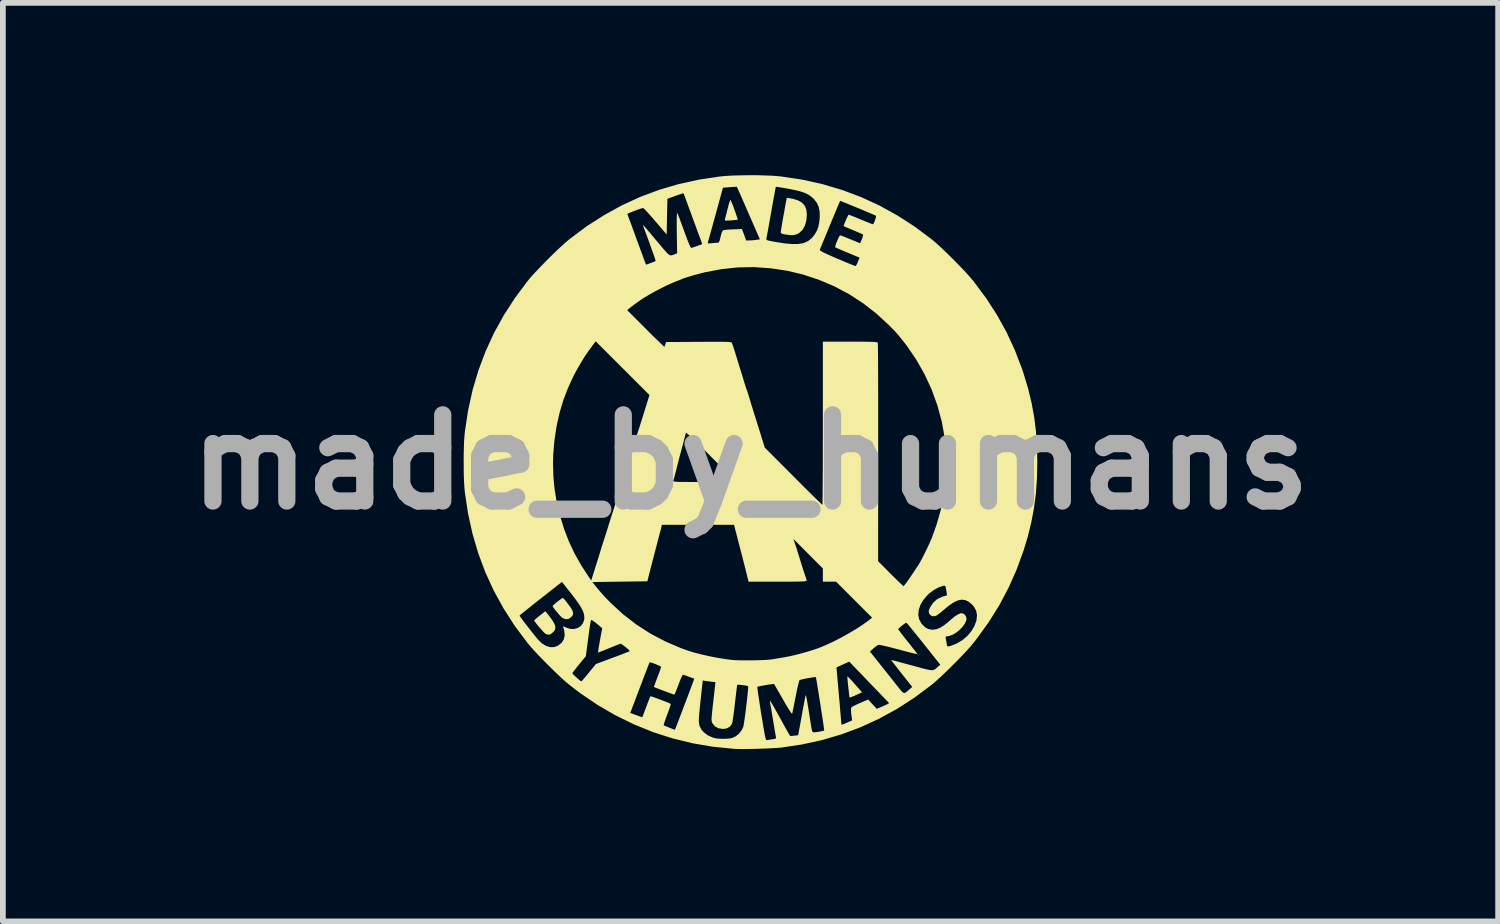
<source format=kicad_pcb>
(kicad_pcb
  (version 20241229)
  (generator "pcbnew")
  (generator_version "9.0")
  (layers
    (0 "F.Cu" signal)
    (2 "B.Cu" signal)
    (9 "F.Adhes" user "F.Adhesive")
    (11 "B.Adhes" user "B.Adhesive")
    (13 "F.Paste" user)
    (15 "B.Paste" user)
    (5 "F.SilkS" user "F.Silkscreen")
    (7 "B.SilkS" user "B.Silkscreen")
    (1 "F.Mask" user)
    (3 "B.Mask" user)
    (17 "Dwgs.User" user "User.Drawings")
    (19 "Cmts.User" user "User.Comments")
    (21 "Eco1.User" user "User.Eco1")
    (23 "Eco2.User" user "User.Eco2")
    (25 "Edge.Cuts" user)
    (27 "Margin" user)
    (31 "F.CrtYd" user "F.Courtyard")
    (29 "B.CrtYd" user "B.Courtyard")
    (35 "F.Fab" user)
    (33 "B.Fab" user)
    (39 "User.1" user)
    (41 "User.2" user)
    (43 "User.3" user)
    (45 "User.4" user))
  (footprint "made_by_humans"
    (layer "F.Cu")
    (at 10.014 4.993)
    (property "Reference" "made_by_humans" (at 0 0 0) (layer "F.Fab") (effects (font (size 1.5 1.5) (thickness 0.3))))
    (attr board_only exclude_from_pos_files exclude_from_bom)
    (fp_poly (pts (xy -3.507 2.676) (xy -3.453 2.749) (xy -3.417 2.808) (xy -3.399 2.855) (xy -3.397 2.895) (xy -3.41 2.931) (xy -3.437 2.964) (xy -3.481 2.998) (xy -3.523 3.006) (xy -3.565 2.991) (xy -3.578 2.981) (xy -3.598 2.962) (xy -3.627 2.931) (xy -3.662 2.892) (xy -3.697 2.851) (xy -3.729 2.812) (xy -3.753 2.78) (xy -3.765 2.761) (xy -3.766 2.758) (xy -3.757 2.748) (xy -3.732 2.725) (xy -3.695 2.694) (xy -3.668 2.673) (xy -3.571 2.596)) (stroke (width 0) (type solid)) (fill yes) (layer "F.SilkS"))
    (fp_poly (pts (xy 1.698 3.739) (xy 1.721 3.762) (xy 1.754 3.796) (xy 1.788 3.833) (xy 1.829 3.881) (xy 1.868 3.924) (xy 1.898 3.958) (xy 1.912 3.974) (xy 1.943 4.007) (xy 1.86 4.046) (xy 1.795 4.075) (xy 1.752 4.092) (xy 1.728 4.098) (xy 1.722 4.094) (xy 1.721 4.079) (xy 1.717 4.044) (xy 1.711 3.992) (xy 1.704 3.93) (xy 1.702 3.912) (xy 1.695 3.848) (xy 1.69 3.794) (xy 1.687 3.754) (xy 1.687 3.734) (xy 1.688 3.733)) (stroke (width 0) (type solid)) (fill yes) (layer "F.SilkS"))
    (fp_poly (pts (xy -0.346 -4.561) (xy -0.335 -4.536) (xy -0.318 -4.496) (xy -0.298 -4.445) (xy -0.278 -4.389) (xy -0.258 -4.334) (xy -0.241 -4.284) (xy -0.228 -4.246) (xy -0.223 -4.224) (xy -0.223 -4.22) (xy -0.238 -4.217) (xy -0.273 -4.212) (xy -0.32 -4.208) (xy -0.341 -4.206) (xy -0.395 -4.204) (xy -0.427 -4.203) (xy -0.443 -4.207) (xy -0.447 -4.214) (xy -0.445 -4.224) (xy -0.44 -4.245) (xy -0.429 -4.286) (xy -0.415 -4.34) (xy -0.4 -4.403) (xy -0.397 -4.414) (xy -0.38 -4.479) (xy -0.365 -4.527) (xy -0.354 -4.556) (xy -0.347 -4.562)) (stroke (width 0) (type solid)) (fill yes) (layer "F.SilkS"))
    (fp_poly (pts (xy -3.254 2.375) (xy -3.23 2.401) (xy -3.201 2.438) (xy -3.169 2.48) (xy -3.138 2.522) (xy -3.114 2.559) (xy -3.099 2.586) (xy -3.099 2.588) (xy -3.087 2.63) (xy -3.091 2.661) (xy -3.115 2.693) (xy -3.123 2.7) (xy -3.168 2.731) (xy -3.217 2.736) (xy -3.267 2.718) (xy -3.287 2.702) (xy -3.316 2.673) (xy -3.349 2.635) (xy -3.384 2.594) (xy -3.414 2.556) (xy -3.436 2.525) (xy -3.445 2.507) (xy -3.445 2.507) (xy -3.436 2.495) (xy -3.411 2.473) (xy -3.377 2.444) (xy -3.34 2.415) (xy -3.306 2.389) (xy -3.279 2.371) (xy -3.267 2.365)) (stroke (width 0) (type solid)) (fill yes) (layer "F.SilkS"))
    (fp_poly (pts (xy 0.681 -4.593) (xy 0.725 -4.584) (xy 0.734 -4.583) (xy 0.825 -4.556) (xy 0.894 -4.517) (xy 0.942 -4.465) (xy 0.971 -4.398) (xy 0.981 -4.314) (xy 0.981 -4.308) (xy 0.972 -4.203) (xy 0.947 -4.114) (xy 0.906 -4.042) (xy 0.85 -3.989) (xy 0.817 -3.97) (xy 0.775 -3.956) (xy 0.731 -3.949) (xy 0.676 -3.952) (xy 0.604 -3.962) (xy 0.601 -3.962) (xy 0.558 -3.971) (xy 0.535 -3.982) (xy 0.527 -3.995) (xy 0.527 -3.998) (xy 0.529 -4.018) (xy 0.535 -4.058) (xy 0.544 -4.113) (xy 0.555 -4.179) (xy 0.568 -4.252) (xy 0.582 -4.328) (xy 0.595 -4.402) (xy 0.607 -4.47) (xy 0.618 -4.527) (xy 0.627 -4.57) (xy 0.632 -4.594) (xy 0.634 -4.597) (xy 0.648 -4.597)) (stroke (width 0) (type solid)) (fill yes) (layer "F.SilkS"))
    (fp_poly (pts (xy 0.112 -4.993) (xy 0.252 -4.989) (xy 0.382 -4.984) (xy 0.495 -4.975) (xy 0.54 -4.97) (xy 0.904 -4.915) (xy 1.256 -4.837) (xy 1.596 -4.736) (xy 1.926 -4.612) (xy 2.246 -4.465) (xy 2.557 -4.293) (xy 2.859 -4.098) (xy 3.144 -3.885) (xy 3.211 -3.83) (xy 3.29 -3.759) (xy 3.378 -3.676) (xy 3.472 -3.585) (xy 3.566 -3.491) (xy 3.658 -3.397) (xy 3.742 -3.308) (xy 3.816 -3.226) (xy 3.875 -3.157) (xy 3.885 -3.144) (xy 4.1 -2.856) (xy 4.291 -2.561) (xy 4.459 -2.257) (xy 4.604 -1.943) (xy 4.729 -1.616) (xy 4.754 -1.54) (xy 4.832 -1.282) (xy 4.893 -1.031) (xy 4.939 -0.781) (xy 4.97 -0.526) (xy 4.987 -0.259) (xy 4.993 -0.000001) (xy 4.987 0.282) (xy 4.968 0.547) (xy 4.935 0.801) (xy 4.888 1.051) (xy 4.826 1.303) (xy 4.754 1.54) (xy 4.634 1.87) (xy 4.493 2.187) (xy 4.331 2.493) (xy 4.146 2.789) (xy 3.936 3.079) (xy 3.885 3.144) (xy 3.83 3.211) (xy 3.759 3.29) (xy 3.676 3.378) (xy 3.585 3.472) (xy 3.491 3.566) (xy 3.397 3.658) (xy 3.308 3.742) (xy 3.226 3.816) (xy 3.157 3.875) (xy 3.144 3.885) (xy 2.849 4.105) (xy 2.547 4.299) (xy 2.235 4.47) (xy 1.915 4.617) (xy 1.585 4.74) (xy 1.245 4.84) (xy 0.893 4.917) (xy 0.546 4.969) (xy 0.482 4.975) (xy 0.397 4.98) (xy 0.299 4.985) (xy 0.192 4.989) (xy 0.082 4.993) (xy -0.025 4.995) (xy -0.125 4.996) (xy -0.211 4.995) (xy -0.278 4.993) (xy -0.289 4.992) (xy -0.653 4.956) (xy -1.01 4.895) (xy -1.357 4.81) (xy -1.697 4.701) (xy -2.027 4.567) (xy -2.348 4.41) (xy -2.421 4.368) (xy -2.093 4.368) (xy -1.988 4.406) (xy -1.883 4.444) (xy -1.816 4.264) (xy -1.792 4.2) (xy -1.771 4.146) (xy -1.754 4.105) (xy -1.744 4.081) (xy -1.742 4.078) (xy -1.728 4.08) (xy -1.692 4.091) (xy -1.636 4.111) (xy -1.561 4.139) (xy -1.469 4.175) (xy -1.411 4.197) (xy -1.392 4.211) (xy -1.388 4.221) (xy -1.393 4.237) (xy -1.405 4.273) (xy -1.423 4.324) (xy -1.445 4.384) (xy -1.455 4.408) (xy -1.477 4.47) (xy -1.495 4.522) (xy -1.507 4.561) (xy -1.51 4.583) (xy -1.509 4.586) (xy -1.492 4.592) (xy -1.458 4.606) (xy -1.414 4.623) (xy -1.408 4.626) (xy -1.364 4.643) (xy -1.332 4.655) (xy -1.316 4.66) (xy -1.315 4.66) (xy -1.31 4.648) (xy -1.297 4.615) (xy -1.277 4.563) (xy -1.251 4.495) (xy -1.251 4.495) (xy -0.899 4.495) (xy -0.898 4.529) (xy -0.894 4.556) (xy -0.889 4.582) (xy -0.886 4.593) (xy -0.857 4.654) (xy -0.806 4.71) (xy -0.74 4.759) (xy -0.662 4.794) (xy -0.62 4.806) (xy -0.563 4.815) (xy -0.493 4.818) (xy -0.42 4.817) (xy -0.355 4.811) (xy -0.325 4.805) (xy -0.262 4.778) (xy -0.204 4.732) (xy -0.156 4.673) (xy -0.125 4.609) (xy -0.125 4.607) (xy -0.119 4.579) (xy -0.111 4.532) (xy -0.102 4.47) (xy -0.092 4.397) (xy -0.082 4.317) (xy -0.072 4.234) (xy -0.062 4.152) (xy -0.054 4.076) (xy -0.047 4.008) (xy -0.042 3.954) (xy -0.04 3.917) (xy -0.041 3.913) (xy 0.119 3.913) (xy 0.119 3.927) (xy 0.124 3.963) (xy 0.131 4.019) (xy 0.142 4.092) (xy 0.155 4.178) (xy 0.17 4.276) (xy 0.187 4.382) (xy 0.187 4.384) (xy 0.207 4.504) (xy 0.223 4.602) (xy 0.236 4.679) (xy 0.247 4.738) (xy 0.256 4.781) (xy 0.263 4.81) (xy 0.27 4.829) (xy 0.276 4.838) (xy 0.282 4.842) (xy 0.289 4.841) (xy 0.317 4.836) (xy 0.358 4.829) (xy 0.382 4.826) (xy 0.421 4.82) (xy 0.44 4.812) (xy 0.445 4.8) (xy 0.443 4.79) (xy 0.44 4.769) (xy 0.432 4.728) (xy 0.422 4.669) (xy 0.41 4.597) (xy 0.397 4.517) (xy 0.392 4.486) (xy 0.378 4.403) (xy 0.366 4.327) (xy 0.355 4.262) (xy 0.346 4.212) (xy 0.341 4.183) (xy 0.34 4.178) (xy 0.337 4.162) (xy 0.339 4.156) (xy 0.346 4.162) (xy 0.359 4.182) (xy 0.38 4.216) (xy 0.41 4.268) (xy 0.449 4.338) (xy 0.5 4.429) (xy 0.521 4.467) (xy 0.564 4.546) (xy 0.604 4.618) (xy 0.638 4.679) (xy 0.665 4.726) (xy 0.682 4.756) (xy 0.688 4.767) (xy 0.703 4.768) (xy 0.734 4.766) (xy 0.762 4.763) (xy 0.83 4.755) (xy 0.892 4.418) (xy 0.908 4.327) (xy 0.924 4.245) (xy 0.937 4.173) (xy 0.948 4.116) (xy 0.956 4.078) (xy 0.96 4.062) (xy 0.963 4.06) (xy 0.967 4.069) (xy 0.972 4.089) (xy 0.979 4.124) (xy 0.988 4.174) (xy 0.999 4.242) (xy 1.014 4.33) (xy 1.031 4.44) (xy 1.049 4.554) (xy 1.059 4.618) (xy 1.067 4.66) (xy 1.075 4.686) (xy 1.083 4.699) (xy 1.094 4.704) (xy 1.107 4.705) (xy 1.137 4.702) (xy 1.178 4.697) (xy 1.221 4.689) (xy 1.258 4.681) (xy 1.28 4.674) (xy 1.283 4.673) (xy 1.282 4.66) (xy 1.277 4.625) (xy 1.27 4.571) (xy 1.26 4.503) (xy 1.248 4.423) (xy 1.234 4.334) (xy 1.22 4.242) (xy 1.205 4.147) (xy 1.191 4.056) (xy 1.177 3.97) (xy 1.164 3.893) (xy 1.154 3.828) (xy 1.145 3.78) (xy 1.14 3.751) (xy 1.138 3.744) (xy 1.124 3.744) (xy 1.092 3.747) (xy 1.047 3.754) (xy 0.995 3.763) (xy 0.944 3.773) (xy 0.899 3.783) (xy 0.867 3.791) (xy 0.853 3.797) (xy 0.847 3.813) (xy 0.837 3.851) (xy 0.823 3.906) (xy 0.808 3.975) (xy 0.792 4.054) (xy 0.785 4.088) (xy 0.769 4.17) (xy 0.754 4.243) (xy 0.742 4.306) (xy 0.732 4.352) (xy 0.726 4.378) (xy 0.725 4.383) (xy 0.717 4.377) (xy 0.699 4.352) (xy 0.671 4.31) (xy 0.635 4.252) (xy 0.594 4.183) (xy 0.567 4.135) (xy 0.524 4.06) (xy 0.486 3.993) (xy 0.453 3.937) (xy 0.429 3.895) (xy 0.414 3.869) (xy 0.41 3.864) (xy 0.396 3.864) (xy 0.363 3.868) (xy 0.317 3.874) (xy 0.265 3.883) (xy 0.213 3.892) (xy 0.167 3.901) (xy 0.134 3.908) (xy 0.119 3.913) (xy 0.119 3.913) (xy -0.041 3.913) (xy -0.041 3.901) (xy -0.041 3.901) (xy -0.056 3.896) (xy -0.089 3.89) (xy -0.13 3.884) (xy -0.173 3.879) (xy -0.208 3.876) (xy -0.228 3.876) (xy -0.23 3.877) (xy -0.233 3.891) (xy -0.238 3.926) (xy -0.245 3.981) (xy -0.253 4.05) (xy -0.263 4.131) (xy -0.271 4.202) (xy -0.281 4.292) (xy -0.292 4.375) (xy -0.302 4.447) (xy -0.311 4.505) (xy -0.319 4.544) (xy -0.323 4.558) (xy -0.361 4.608) (xy -0.413 4.637) (xy -0.481 4.646) (xy -0.555 4.635) (xy -0.615 4.604) (xy -0.658 4.554) (xy -0.661 4.549) (xy -0.668 4.535) (xy -0.673 4.521) (xy -0.677 4.503) (xy -0.678 4.479) (xy -0.676 4.445) (xy -0.672 4.398) (xy -0.666 4.335) (xy -0.657 4.252) (xy -0.647 4.168) (xy -0.61 3.832) (xy -0.674 3.824) (xy -0.723 3.818) (xy -0.77 3.812) (xy -0.785 3.81) (xy -0.831 3.803) (xy -0.866 4.122) (xy -0.878 4.235) (xy -0.887 4.325) (xy -0.893 4.396) (xy -0.897 4.452) (xy -0.899 4.495) (xy -1.251 4.495) (xy -1.22 4.414) (xy -1.185 4.322) (xy -1.147 4.221) (xy -1.145 4.217) (xy -1.107 4.116) (xy -1.072 4.024) (xy -1.041 3.942) (xy -1.016 3.873) (xy -0.996 3.82) (xy -0.984 3.786) (xy -0.98 3.772) (xy -0.98 3.772) (xy -0.996 3.765) (xy -1.028 3.753) (xy -1.069 3.738) (xy -1.112 3.723) (xy -1.149 3.71) (xy -1.172 3.703) (xy -1.176 3.702) (xy -1.185 3.714) (xy -1.201 3.745) (xy -1.221 3.792) (xy -1.244 3.85) (xy -1.253 3.876) (xy -1.277 3.937) (xy -1.297 3.989) (xy -1.314 4.027) (xy -1.324 4.047) (xy -1.326 4.049) (xy -1.34 4.045) (xy -1.373 4.033) (xy -1.419 4.016) (xy -1.473 3.996) (xy -1.53 3.975) (xy -1.584 3.954) (xy -1.631 3.936) (xy -1.664 3.923) (xy -1.68 3.916) (xy -1.68 3.916) (xy -1.677 3.903) (xy -1.666 3.871) (xy -1.649 3.824) (xy -1.627 3.766) (xy -1.62 3.746) (xy -1.596 3.685) (xy -1.577 3.632) (xy -1.563 3.592) (xy -1.558 3.575) (xy 1.497 3.575) (xy 1.538 4.047) (xy 1.548 4.155) (xy 1.557 4.257) (xy 1.564 4.348) (xy 1.571 4.426) (xy 1.576 4.487) (xy 1.579 4.529) (xy 1.581 4.549) (xy 1.581 4.549) (xy 1.586 4.571) (xy 1.597 4.572) (xy 1.617 4.564) (xy 1.652 4.549) (xy 1.691 4.532) (xy 1.769 4.498) (xy 1.76 4.431) (xy 1.754 4.381) (xy 1.75 4.332) (xy 1.749 4.315) (xy 1.75 4.292) (xy 1.755 4.275) (xy 1.77 4.26) (xy 1.799 4.244) (xy 1.846 4.222) (xy 1.848 4.221) (xy 1.901 4.197) (xy 1.953 4.174) (xy 1.992 4.157) (xy 1.998 4.155) (xy 2.049 4.134) (xy 2.123 4.215) (xy 2.198 4.296) (xy 2.265 4.268) (xy 2.312 4.248) (xy 2.355 4.228) (xy 2.374 4.219) (xy 2.414 4.197) (xy 2.066 3.835) (xy 1.719 3.474) (xy 1.608 3.524) (xy 1.497 3.575) (xy -1.558 3.575) (xy -1.556 3.569) (xy -1.556 3.567) (xy -1.566 3.557) (xy -1.595 3.543) (xy -1.634 3.525) (xy -1.676 3.508) (xy -1.716 3.495) (xy -1.744 3.487) (xy -1.755 3.487) (xy -1.761 3.499) (xy -1.775 3.533) (xy -1.795 3.585) (xy -1.821 3.652) (xy -1.852 3.732) (xy -1.885 3.82) (xy -1.897 3.851) (xy -1.933 3.946) (xy -1.968 4.037) (xy -1.999 4.12) (xy -2.026 4.192) (xy -2.048 4.248) (xy -2.061 4.284) (xy -2.063 4.289) (xy -2.093 4.368) (xy -2.421 4.368) (xy -2.66 4.229) (xy -2.963 4.024) (xy -3.144 3.885) (xy -3.211 3.83) (xy -3.29 3.759) (xy -3.378 3.676) (xy -3.379 3.675) (xy -3.101 3.675) (xy -3.093 3.688) (xy -3.071 3.711) (xy -3.04 3.74) (xy -3.006 3.771) (xy -2.975 3.797) (xy -2.951 3.814) (xy -2.943 3.817) (xy -2.933 3.808) (xy -2.91 3.782) (xy -2.877 3.743) (xy -2.836 3.694) (xy -2.814 3.667) (xy -2.691 3.516) (xy -2.399 3.407) (xy -2.317 3.377) (xy -2.244 3.349) (xy -2.183 3.325) (xy -2.137 3.307) (xy -2.109 3.295) (xy -2.102 3.291) (xy -2.109 3.28) (xy -2.13 3.258) (xy -2.161 3.231) (xy -2.196 3.204) (xy -2.228 3.18) (xy -2.252 3.165) (xy -2.26 3.162) (xy -2.275 3.167) (xy -2.31 3.18) (xy -2.361 3.2) (xy -2.421 3.224) (xy -2.461 3.241) (xy -2.525 3.267) (xy -2.58 3.289) (xy -2.623 3.305) (xy -2.648 3.314) (xy -2.654 3.315) (xy -2.653 3.301) (xy -2.648 3.267) (xy -2.64 3.215) (xy -2.629 3.152) (xy -2.62 3.101) (xy -2.581 2.893) (xy -2.623 2.857) (xy -2.68 2.81) (xy -2.72 2.778) (xy -2.747 2.759) (xy -2.764 2.751) (xy -2.774 2.752) (xy -2.779 2.761) (xy -2.783 2.779) (xy -2.79 2.82) (xy -2.799 2.878) (xy -2.809 2.95) (xy -2.82 3.031) (xy -2.827 3.082) (xy -2.866 3.38) (xy -2.982 3.521) (xy -3.024 3.573) (xy -3.059 3.618) (xy -3.086 3.652) (xy -3.099 3.672) (xy -3.101 3.675) (xy -3.379 3.675) (xy -3.472 3.585) (xy -3.566 3.491) (xy -3.658 3.397) (xy -3.742 3.308) (xy -3.816 3.226) (xy -3.875 3.157) (xy -3.885 3.144) (xy -4.105 2.85) (xy -4.219 2.672) (xy -4.02 2.672) (xy -4.014 2.684) (xy -3.994 2.713) (xy -3.963 2.755) (xy -3.924 2.806) (xy -3.879 2.864) (xy -3.831 2.925) (xy -3.783 2.986) (xy -3.738 3.043) (xy -3.7 3.089) (xy -3.632 3.155) (xy -3.561 3.2) (xy -3.488 3.222) (xy -3.416 3.221) (xy -3.348 3.195) (xy -3.348 3.194) (xy -3.287 3.146) (xy -3.249 3.086) (xy -3.234 3.016) (xy -3.242 2.934) (xy -3.261 2.871) (xy -3.261 2.861) (xy -3.246 2.864) (xy -3.213 2.88) (xy -3.213 2.88) (xy -3.142 2.904) (xy -3.074 2.907) (xy -3.011 2.89) (xy -2.957 2.857) (xy -2.917 2.808) (xy -2.895 2.746) (xy -2.892 2.709) (xy -2.895 2.668) (xy -2.905 2.625) (xy -2.924 2.578) (xy -2.953 2.524) (xy -2.993 2.462) (xy -3.047 2.387) (xy -3.115 2.297) (xy -3.155 2.247) (xy -3.28 2.089) (xy -2.752 2.089) (xy -2.665 2.198) (xy -2.623 2.248) (xy -2.569 2.31) (xy -2.508 2.375) (xy -2.449 2.436) (xy -2.436 2.449) (xy -2.219 2.649) (xy -1.989 2.827) (xy -1.744 2.985) (xy -1.484 3.122) (xy -1.209 3.24) (xy -1.086 3.284) (xy -0.981 3.316) (xy -0.857 3.348) (xy -0.722 3.379) (xy -0.582 3.406) (xy -0.445 3.429) (xy -0.318 3.445) (xy -0.315 3.445) (xy -0.264 3.449) (xy -0.195 3.451) (xy -0.113 3.452) (xy -0.024 3.452) (xy 0.068 3.451) (xy 0.157 3.449) (xy 0.239 3.446) (xy 0.308 3.442) (xy 0.359 3.437) (xy 0.379 3.434) (xy 0.42 3.427) (xy 0.477 3.417) (xy 0.541 3.406) (xy 0.578 3.401) (xy 0.666 3.384) (xy 0.769 3.361) (xy 0.882 3.332) (xy 0.995 3.3) (xy 1.001 3.298) (xy 2.079 3.298) (xy 2.258 3.523) (xy 2.319 3.599) (xy 2.383 3.68) (xy 2.446 3.759) (xy 2.502 3.83) (xy 2.547 3.887) (xy 2.55 3.891) (xy 2.597 3.949) (xy 2.63 3.99) (xy 2.656 4.013) (xy 2.677 4.02) (xy 2.699 4.014) (xy 2.724 3.995) (xy 2.758 3.965) (xy 2.761 3.963) (xy 2.816 3.914) (xy 2.629 3.68) (xy 2.577 3.613) (xy 2.531 3.554) (xy 2.493 3.505) (xy 2.466 3.469) (xy 2.451 3.449) (xy 2.449 3.445) (xy 2.463 3.448) (xy 2.498 3.457) (xy 2.552 3.471) (xy 2.621 3.49) (xy 2.702 3.512) (xy 2.792 3.536) (xy 2.812 3.541) (xy 2.916 3.569) (xy 2.998 3.592) (xy 3.062 3.608) (xy 3.111 3.618) (xy 3.147 3.623) (xy 3.175 3.622) (xy 3.196 3.616) (xy 3.216 3.605) (xy 3.235 3.589) (xy 3.259 3.568) (xy 3.262 3.565) (xy 3.304 3.528) (xy 3.013 3.162) (xy 2.946 3.078) (xy 2.884 3.001) (xy 2.829 2.933) (xy 2.783 2.877) (xy 2.747 2.833) (xy 2.723 2.806) (xy 2.714 2.796) (xy 2.699 2.803) (xy 2.671 2.822) (xy 2.638 2.847) (xy 2.606 2.874) (xy 2.582 2.896) (xy 2.571 2.908) (xy 2.571 2.909) (xy 2.579 2.921) (xy 2.6 2.951) (xy 2.633 2.994) (xy 2.675 3.048) (xy 2.723 3.109) (xy 2.738 3.127) (xy 2.788 3.19) (xy 2.832 3.246) (xy 2.868 3.292) (xy 2.893 3.325) (xy 2.904 3.342) (xy 2.905 3.343) (xy 2.893 3.342) (xy 2.86 3.335) (xy 2.808 3.323) (xy 2.741 3.306) (xy 2.663 3.285) (xy 2.58 3.263) (xy 2.492 3.24) (xy 2.411 3.219) (xy 2.34 3.202) (xy 2.284 3.19) (xy 2.246 3.183) (xy 2.23 3.181) (xy 2.207 3.193) (xy 2.174 3.217) (xy 2.142 3.243) (xy 2.079 3.298) (xy 1.001 3.298) (xy 1.102 3.267) (xy 1.183 3.239) (xy 1.303 3.19) (xy 1.436 3.129) (xy 1.575 3.058) (xy 1.713 2.981) (xy 1.846 2.902) (xy 1.966 2.823) (xy 2.069 2.748) (xy 2.076 2.741) (xy 2.117 2.709) (xy 2.067 2.659) (xy 2.921 2.659) (xy 2.936 2.737) (xy 2.974 2.809) (xy 2.992 2.829) (xy 3.041 2.877) (xy 3.09 2.905) (xy 3.146 2.917) (xy 3.178 2.918) (xy 3.237 2.91) (xy 3.3 2.885) (xy 3.37 2.842) (xy 3.449 2.779) (xy 3.481 2.75) (xy 3.548 2.693) (xy 3.608 2.654) (xy 3.657 2.633) (xy 3.691 2.632) (xy 3.727 2.653) (xy 3.752 2.69) (xy 3.761 2.733) (xy 3.759 2.744) (xy 3.737 2.803) (xy 3.695 2.864) (xy 3.64 2.922) (xy 3.577 2.972) (xy 3.511 3.01) (xy 3.447 3.031) (xy 3.418 3.034) (xy 3.398 3.039) (xy 3.397 3.058) (xy 3.398 3.063) (xy 3.404 3.093) (xy 3.411 3.135) (xy 3.413 3.153) (xy 3.42 3.19) (xy 3.428 3.207) (xy 3.443 3.21) (xy 3.463 3.207) (xy 3.494 3.197) (xy 3.539 3.18) (xy 3.589 3.159) (xy 3.597 3.155) (xy 3.689 3.1) (xy 3.773 3.029) (xy 3.845 2.945) (xy 3.899 2.853) (xy 3.933 2.76) (xy 3.935 2.751) (xy 3.943 2.664) (xy 3.928 2.587) (xy 3.889 2.516) (xy 3.856 2.48) (xy 3.799 2.432) (xy 3.74 2.403) (xy 3.679 2.395) (xy 3.612 2.408) (xy 3.539 2.442) (xy 3.456 2.497) (xy 3.367 2.571) (xy 3.318 2.612) (xy 3.274 2.647) (xy 3.239 2.671) (xy 3.219 2.681) (xy 3.169 2.684) (xy 3.131 2.665) (xy 3.111 2.635) (xy 3.103 2.611) (xy 3.104 2.587) (xy 3.115 2.556) (xy 3.129 2.526) (xy 3.182 2.447) (xy 3.251 2.386) (xy 3.334 2.346) (xy 3.346 2.342) (xy 3.421 2.32) (xy 3.413 2.262) (xy 3.404 2.208) (xy 3.397 2.174) (xy 3.388 2.157) (xy 3.375 2.152) (xy 3.357 2.154) (xy 3.274 2.183) (xy 3.189 2.229) (xy 3.109 2.289) (xy 3.08 2.317) (xy 3.008 2.402) (xy 2.957 2.488) (xy 2.928 2.575) (xy 2.921 2.659) (xy 2.067 2.659) (xy 1.803 2.396) (xy 1.49 2.082) (xy 1.375 2.082) (xy 1.26 2.082) (xy 1.26 1.968) (xy 1.26 1.853) (xy 1.004 1.596) (xy 0.748 1.339) (xy 0.784 1.45) (xy 0.803 1.507) (xy 0.825 1.578) (xy 0.85 1.657) (xy 0.873 1.732) (xy 0.874 1.735) (xy 0.896 1.805) (xy 0.917 1.873) (xy 0.936 1.931) (xy 0.95 1.973) (xy 0.952 1.977) (xy 0.966 2.018) (xy 0.975 2.051) (xy 0.977 2.064) (xy 0.974 2.069) (xy 0.962 2.073) (xy 0.941 2.076) (xy 0.907 2.078) (xy 0.858 2.08) (xy 0.792 2.081) (xy 0.708 2.082) (xy 0.602 2.082) (xy 0.473 2.082) (xy 0.471 2.082) (xy -0.034 2.082) (xy -0.068 1.944) (xy -0.086 1.87) (xy -0.108 1.784) (xy -0.129 1.7) (xy -0.14 1.658) (xy -0.16 1.582) (xy -0.181 1.5) (xy -0.203 1.416) (xy -0.224 1.335) (xy -0.243 1.26) (xy -0.26 1.197) (xy -0.272 1.15) (xy -0.279 1.123) (xy -0.279 1.122) (xy -0.286 1.093) (xy -0.914 1.093) (xy -1.542 1.093) (xy -1.55 1.128) (xy -1.559 1.166) (xy -1.57 1.208) (xy -1.571 1.208) (xy -1.579 1.238) (xy -1.591 1.286) (xy -1.607 1.346) (xy -1.624 1.412) (xy -1.626 1.42) (xy -1.647 1.501) (xy -1.671 1.594) (xy -1.696 1.689) (xy -1.716 1.767) (xy -1.735 1.838) (xy -1.752 1.906) (xy -1.767 1.964) (xy -1.778 2.005) (xy -1.779 2.012) (xy -1.795 2.076) (xy -2.273 2.082) (xy -2.752 2.089) (xy -3.28 2.089) (xy -3.282 2.086) (xy -3.649 2.375) (xy -3.734 2.441) (xy -3.811 2.503) (xy -3.88 2.558) (xy -3.937 2.604) (xy -3.981 2.639) (xy -4.01 2.663) (xy -4.02 2.672) (xy -4.219 2.672) (xy -4.299 2.547) (xy -4.47 2.236) (xy -4.617 1.916) (xy -4.74 1.585) (xy -4.84 1.244) (xy -4.917 0.892) (xy -4.97 0.54) (xy -4.979 0.455) (xy -4.985 0.362) (xy -4.99 0.255) (xy -4.992 0.131) (xy -4.992 0.019) (xy -3.437 0.019) (xy -3.431 0.249) (xy -3.411 0.465) (xy -3.377 0.678) (xy -3.326 0.897) (xy -3.317 0.931) (xy -3.245 1.164) (xy -3.161 1.383) (xy -3.062 1.593) (xy -2.945 1.8) (xy -2.816 1.998) (xy -2.772 2.061) (xy -2.724 1.908) (xy -2.701 1.833) (xy -2.673 1.745) (xy -2.645 1.655) (xy -2.622 1.581) (xy -2.6 1.509) (xy -2.577 1.436) (xy -2.556 1.371) (xy -2.54 1.322) (xy -2.539 1.318) (xy -2.523 1.268) (xy -2.502 1.203) (xy -2.48 1.132) (xy -2.462 1.073) (xy -2.44 1.003) (xy -2.418 0.932) (xy -2.397 0.869) (xy -2.384 0.829) (xy -2.37 0.786) (xy -2.351 0.725) (xy -2.328 0.652) (xy -2.304 0.573) (xy -2.288 0.521) (xy -2.266 0.448) (xy -2.246 0.383) (xy -2.229 0.331) (xy -1.345 0.331) (xy -1.341 0.335) (xy -1.33 0.339) (xy -1.31 0.342) (xy -1.277 0.344) (xy -1.23 0.346) (xy -1.166 0.346) (xy -1.082 0.347) (xy -0.976 0.347) (xy -0.916 0.347) (xy -0.479 0.347) (xy -0.495 0.28) (xy -0.508 0.23) (xy -0.523 0.171) (xy -0.535 0.123) (xy -0.559 0.034) (xy -0.839 -0.246) (xy -0.908 -0.315) (xy -0.972 -0.377) (xy -1.027 -0.429) (xy -1.072 -0.47) (xy -1.104 -0.498) (xy -1.121 -0.511) (xy -1.124 -0.511) (xy -1.129 -0.492) (xy -1.138 -0.455) (xy -1.152 -0.404) (xy -1.163 -0.36) (xy -1.183 -0.284) (xy -1.206 -0.198) (xy -1.228 -0.117) (xy -1.235 -0.09) (xy -1.254 -0.015) (xy -1.276 0.068) (xy -1.296 0.146) (xy -1.303 0.174) (xy -1.317 0.23) (xy -1.33 0.279) (xy -1.34 0.313) (xy -1.343 0.325) (xy -1.345 0.331) (xy -2.229 0.331) (xy -2.229 0.329) (xy -2.216 0.292) (xy -2.211 0.276) (xy -2.202 0.252) (xy -2.189 0.211) (xy -2.174 0.161) (xy -2.172 0.154) (xy -2.155 0.095) (xy -2.137 0.035) (xy -2.121 -0.013) (xy -2.108 -0.052) (xy -2.09 -0.109) (xy -2.069 -0.176) (xy -2.047 -0.246) (xy -2.044 -0.257) (xy -2.021 -0.33) (xy -1.999 -0.402) (xy -1.978 -0.467) (xy -1.962 -0.517) (xy -1.961 -0.521) (xy -1.944 -0.57) (xy -1.924 -0.635) (xy -1.901 -0.707) (xy -1.883 -0.765) (xy -1.86 -0.84) (xy -1.835 -0.921) (xy -1.811 -0.997) (xy -1.797 -1.042) (xy -1.758 -1.166) (xy -2.226 -1.634) (xy -2.695 -2.102) (xy -2.784 -1.981) (xy -2.819 -1.934) (xy -2.846 -1.895) (xy -2.87 -1.861) (xy -2.893 -1.826) (xy -2.918 -1.784) (xy -2.95 -1.731) (xy -2.99 -1.662) (xy -2.998 -1.649) (xy -3.03 -1.592) (xy -3.059 -1.539) (xy -3.087 -1.484) (xy -3.117 -1.421) (xy -3.152 -1.343) (xy -3.175 -1.292) (xy -3.255 -1.086) (xy -3.322 -0.863) (xy -3.375 -0.627) (xy -3.412 -0.384) (xy -3.433 -0.14) (xy -3.437 0.019) (xy -4.992 0.019) (xy -4.993 -0.000001) (xy -4.992 -0.143) (xy -4.989 -0.265) (xy -4.985 -0.371) (xy -4.978 -0.463) (xy -4.97 -0.54) (xy -4.915 -0.904) (xy -4.837 -1.256) (xy -4.736 -1.596) (xy -4.612 -1.926) (xy -4.465 -2.246) (xy -4.293 -2.557) (xy -4.237 -2.644) (xy -2.146 -2.644) (xy -1.825 -2.323) (xy -1.751 -2.248) (xy -1.682 -2.18) (xy -1.621 -2.121) (xy -1.57 -2.072) (xy -1.532 -2.035) (xy -1.507 -2.013) (xy -1.499 -2.006) (xy -1.492 -2.021) (xy -1.482 -2.049) (xy -1.482 -2.05) (xy -1.47 -2.089) (xy -0.902 -2.092) (xy -0.767 -2.093) (xy -0.654 -2.093) (xy -0.563 -2.093) (xy -0.49 -2.093) (xy -0.435 -2.092) (xy -0.393 -2.091) (xy -0.364 -2.088) (xy -0.345 -2.085) (xy -0.333 -2.082) (xy -0.326 -2.077) (xy -0.323 -2.073) (xy -0.315 -2.051) (xy -0.301 -2.012) (xy -0.284 -1.96) (xy -0.272 -1.922) (xy -0.25 -1.848) (xy -0.224 -1.765) (xy -0.2 -1.686) (xy -0.193 -1.665) (xy -0.17 -1.591) (xy -0.144 -1.508) (xy -0.121 -1.429) (xy -0.114 -1.408) (xy -0.097 -1.351) (xy -0.081 -1.302) (xy -0.069 -1.266) (xy -0.064 -1.253) (xy -0.055 -1.23) (xy -0.042 -1.189) (xy -0.026 -1.138) (xy -0.02 -1.118) (xy -0.01 -1.085) (xy -0.000112 -1.051) (xy 0.011 -1.014) (xy 0.024 -0.971) (xy 0.041 -0.918) (xy 0.061 -0.852) (xy 0.087 -0.771) (xy 0.118 -0.671) (xy 0.146 -0.582) (xy 0.168 -0.513) (xy 0.19 -0.441) (xy 0.21 -0.377) (xy 0.219 -0.347) (xy 0.249 -0.251) (xy 0.746 0.247) (xy 0.84 0.341) (xy 0.927 0.429) (xy 1.008 0.509) (xy 1.08 0.58) (xy 1.142 0.641) (xy 1.192 0.689) (xy 1.227 0.724) (xy 1.248 0.742) (xy 1.252 0.746) (xy 1.253 0.733) (xy 1.254 0.696) (xy 1.255 0.637) (xy 1.256 0.557) (xy 1.256 0.458) (xy 1.257 0.342) (xy 1.258 0.209) (xy 1.259 0.063) (xy 1.259 -0.097) (xy 1.259 -0.267) (xy 1.26 -0.447) (xy 1.26 -0.634) (xy 1.26 -0.675) (xy 1.26 -2.095) (xy 1.734 -2.095) (xy 1.857 -2.095) (xy 1.958 -2.095) (xy 2.037 -2.094) (xy 2.098 -2.093) (xy 2.144 -2.091) (xy 2.175 -2.089) (xy 2.196 -2.086) (xy 2.209 -2.082) (xy 2.215 -2.077) (xy 2.217 -2.074) (xy 2.217 -2.058) (xy 2.218 -2.019) (xy 2.219 -1.957) (xy 2.22 -1.873) (xy 2.221 -1.77) (xy 2.221 -1.647) (xy 2.222 -1.508) (xy 2.222 -1.354) (xy 2.223 -1.185) (xy 2.223 -1.003) (xy 2.223 -0.81) (xy 2.223 -0.607) (xy 2.223 -0.396) (xy 2.223 -0.178) (xy 2.223 -0.163) (xy 2.222 1.726) (xy 2.438 1.943) (xy 2.499 2.004) (xy 2.554 2.058) (xy 2.6 2.103) (xy 2.636 2.136) (xy 2.657 2.156) (xy 2.663 2.16) (xy 2.674 2.15) (xy 2.695 2.125) (xy 2.72 2.092) (xy 2.751 2.048) (xy 2.789 1.993) (xy 2.826 1.938) (xy 2.833 1.928) (xy 2.864 1.88) (xy 2.893 1.836) (xy 2.915 1.804) (xy 2.92 1.797) (xy 2.942 1.761) (xy 2.972 1.706) (xy 3.007 1.639) (xy 3.044 1.565) (xy 3.081 1.489) (xy 3.115 1.416) (xy 3.143 1.352) (xy 3.155 1.324) (xy 3.241 1.085) (xy 3.312 0.834) (xy 3.365 0.581) (xy 3.383 0.469) (xy 3.389 0.412) (xy 3.394 0.335) (xy 3.397 0.242) (xy 3.399 0.138) (xy 3.399 0.03) (xy 3.399 -0.078) (xy 3.397 -0.182) (xy 3.394 -0.274) (xy 3.389 -0.352) (xy 3.384 -0.405) (xy 3.331 -0.699) (xy 3.254 -0.985) (xy 3.153 -1.264) (xy 3.028 -1.533) (xy 2.88 -1.792) (xy 2.71 -2.04) (xy 2.558 -2.229) (xy 2.536 -2.253) (xy 2.502 -2.29) (xy 2.458 -2.334) (xy 2.411 -2.383) (xy 2.41 -2.383) (xy 2.194 -2.583) (xy 1.962 -2.763) (xy 1.717 -2.922) (xy 1.459 -3.059) (xy 1.19 -3.173) (xy 0.912 -3.265) (xy 0.643 -3.329) (xy 0.351 -3.373) (xy 0.063 -3.393) (xy -0.224 -3.388) (xy -0.51 -3.357) (xy -0.799 -3.302) (xy -0.996 -3.25) (xy -1.061 -3.23) (xy -1.117 -3.213) (xy -1.16 -3.199) (xy -1.185 -3.19) (xy -1.189 -3.188) (xy -1.207 -3.179) (xy -1.242 -3.165) (xy -1.285 -3.149) (xy -1.365 -3.117) (xy -1.459 -3.074) (xy -1.562 -3.023) (xy -1.666 -2.968) (xy -1.766 -2.912) (xy -1.855 -2.858) (xy -1.909 -2.823) (xy -1.963 -2.785) (xy -2.018 -2.745) (xy -2.067 -2.709) (xy -2.104 -2.68) (xy -2.118 -2.669) (xy -2.146 -2.644) (xy -4.237 -2.644) (xy -4.098 -2.859) (xy -3.885 -3.144) (xy -3.83 -3.211) (xy -3.759 -3.29) (xy -3.676 -3.378) (xy -3.585 -3.472) (xy -3.491 -3.566) (xy -3.397 -3.658) (xy -3.308 -3.742) (xy -3.226 -3.816) (xy -3.157 -3.875) (xy -3.144 -3.885) (xy -2.85 -4.105) (xy -2.547 -4.299) (xy -2.512 -4.318) (xy -2.144 -4.318) (xy -2.139 -4.305) (xy -2.126 -4.27) (xy -2.106 -4.216) (xy -2.08 -4.147) (xy -2.05 -4.064) (xy -2.016 -3.971) (xy -1.98 -3.872) (xy -1.819 -3.435) (xy -1.738 -3.464) (xy -1.696 -3.48) (xy -1.665 -3.493) (xy -1.651 -3.499) (xy -1.654 -3.512) (xy -1.664 -3.546) (xy -1.681 -3.596) (xy -1.703 -3.658) (xy -1.729 -3.731) (xy -1.757 -3.808) (xy -1.786 -3.888) (xy -1.815 -3.966) (xy -1.842 -4.038) (xy -1.858 -4.079) (xy -1.867 -4.107) (xy -1.868 -4.121) (xy -1.865 -4.121) (xy -1.854 -4.109) (xy -1.829 -4.081) (xy -1.792 -4.038) (xy -1.745 -3.983) (xy -1.691 -3.919) (xy -1.633 -3.849) (xy -1.566 -3.77) (xy -1.514 -3.708) (xy -1.473 -3.662) (xy -1.442 -3.629) (xy -1.417 -3.609) (xy -1.396 -3.599) (xy -1.377 -3.597) (xy -1.357 -3.602) (xy -1.334 -3.611) (xy -1.317 -3.618) (xy -1.277 -3.635) (xy -1.278 -3.691) (xy 1.206 -3.691) (xy 1.215 -3.68) (xy 1.245 -3.662) (xy 1.298 -3.635) (xy 1.374 -3.601) (xy 1.472 -3.557) (xy 1.51 -3.541) (xy 1.594 -3.506) (xy 1.669 -3.474) (xy 1.734 -3.448) (xy 1.784 -3.427) (xy 1.818 -3.415) (xy 1.83 -3.411) (xy 1.84 -3.424) (xy 1.856 -3.453) (xy 1.87 -3.486) (xy 1.9 -3.558) (xy 1.692 -3.644) (xy 1.624 -3.672) (xy 1.564 -3.698) (xy 1.517 -3.719) (xy 1.486 -3.733) (xy 1.475 -3.739) (xy 1.475 -3.754) (xy 1.484 -3.786) (xy 1.499 -3.827) (xy 1.517 -3.87) (xy 1.535 -3.909) (xy 1.551 -3.936) (xy 1.561 -3.946) (xy 1.577 -3.942) (xy 1.613 -3.929) (xy 1.662 -3.909) (xy 1.721 -3.885) (xy 1.742 -3.877) (xy 1.909 -3.808) (xy 1.939 -3.879) (xy 1.953 -3.918) (xy 1.959 -3.948) (xy 1.958 -3.96) (xy 1.943 -3.968) (xy 1.908 -3.984) (xy 1.86 -4.005) (xy 1.801 -4.03) (xy 1.787 -4.036) (xy 1.728 -4.061) (xy 1.678 -4.082) (xy 1.641 -4.098) (xy 1.623 -4.106) (xy 1.622 -4.107) (xy 1.624 -4.12) (xy 1.635 -4.149) (xy 1.651 -4.189) (xy 1.669 -4.231) (xy 1.687 -4.269) (xy 1.701 -4.296) (xy 1.709 -4.306) (xy 1.723 -4.301) (xy 1.757 -4.288) (xy 1.807 -4.269) (xy 1.867 -4.244) (xy 1.918 -4.223) (xy 1.985 -4.195) (xy 2.044 -4.171) (xy 2.09 -4.153) (xy 2.12 -4.142) (xy 2.129 -4.139) (xy 2.141 -4.15) (xy 2.155 -4.177) (xy 2.169 -4.213) (xy 2.18 -4.249) (xy 2.186 -4.277) (xy 2.184 -4.288) (xy 2.168 -4.295) (xy 2.133 -4.311) (xy 2.082 -4.332) (xy 2.02 -4.358) (xy 1.951 -4.388) (xy 1.877 -4.419) (xy 1.803 -4.449) (xy 1.732 -4.478) (xy 1.669 -4.504) (xy 1.617 -4.525) (xy 1.58 -4.54) (xy 1.562 -4.547) (xy 1.561 -4.547) (xy 1.555 -4.534) (xy 1.541 -4.5) (xy 1.519 -4.45) (xy 1.492 -4.385) (xy 1.461 -4.31) (xy 1.426 -4.227) (xy 1.39 -4.141) (xy 1.354 -4.053) (xy 1.319 -3.968) (xy 1.286 -3.889) (xy 1.257 -3.818) (xy 1.233 -3.76) (xy 1.216 -3.718) (xy 1.207 -3.694) (xy 1.206 -3.691) (xy -1.278 -3.691) (xy -1.283 -3.993) (xy -1.284 -4.101) (xy -1.284 -4.191) (xy -1.283 -4.261) (xy -1.281 -4.31) (xy -1.279 -4.335) (xy -1.276 -4.338) (xy -1.269 -4.323) (xy -1.254 -4.287) (xy -1.233 -4.234) (xy -1.208 -4.166) (xy -1.18 -4.089) (xy -1.157 -4.027) (xy -1.123 -3.933) (xy -1.093 -3.854) (xy -1.068 -3.793) (xy -1.049 -3.75) (xy -1.036 -3.73) (xy -1.034 -3.728) (xy -1.014 -3.732) (xy -0.978 -3.743) (xy -0.933 -3.759) (xy -0.928 -3.761) (xy -0.84 -3.793) (xy -0.846 -3.812) (xy -0.743 -3.812) (xy -0.735 -3.806) (xy -0.711 -3.806) (xy -0.68 -3.809) (xy -0.633 -3.814) (xy -0.593 -3.817) (xy -0.577 -3.818) (xy -0.561 -3.819) (xy -0.549 -3.828) (xy -0.539 -3.849) (xy -0.529 -3.887) (xy -0.52 -3.922) (xy -0.506 -3.977) (xy -0.493 -4.012) (xy -0.48 -4.03) (xy -0.47 -4.036) (xy -0.447 -4.04) (xy -0.404 -4.045) (xy -0.349 -4.049) (xy -0.296 -4.051) (xy -0.149 -4.056) (xy -0.111 -3.956) (xy -0.074 -3.856) (xy -0.021 -3.858) (xy 0.025 -3.86) (xy 0.079 -3.865) (xy 0.098 -3.867) (xy 0.165 -3.876) (xy 0.164 -3.877) (xy 0.276 -3.877) (xy 0.281 -3.868) (xy 0.297 -3.86) (xy 0.326 -3.852) (xy 0.373 -3.843) (xy 0.44 -3.83) (xy 0.453 -3.828) (xy 0.597 -3.806) (xy 0.722 -3.795) (xy 0.826 -3.796) (xy 0.909 -3.808) (xy 0.933 -3.815) (xy 1.007 -3.849) (xy 1.067 -3.898) (xy 1.116 -3.959) (xy 1.155 -4.025) (xy 1.181 -4.093) (xy 1.197 -4.173) (xy 1.205 -4.255) (xy 1.204 -4.356) (xy 1.188 -4.44) (xy 1.156 -4.511) (xy 1.106 -4.576) (xy 1.097 -4.586) (xy 1.052 -4.625) (xy 1.001 -4.659) (xy 0.94 -4.687) (xy 0.865 -4.712) (xy 0.773 -4.735) (xy 0.664 -4.756) (xy 0.592 -4.769) (xy 0.53 -4.779) (xy 0.482 -4.787) (xy 0.451 -4.791) (xy 0.442 -4.791) (xy 0.438 -4.777) (xy 0.431 -4.742) (xy 0.421 -4.686) (xy 0.407 -4.614) (xy 0.392 -4.529) (xy 0.375 -4.433) (xy 0.36 -4.35) (xy 0.342 -4.246) (xy 0.325 -4.15) (xy 0.309 -4.064) (xy 0.296 -3.991) (xy 0.286 -3.936) (xy 0.279 -3.9) (xy 0.277 -3.887) (xy 0.276 -3.877) (xy 0.164 -3.877) (xy -0.035 -4.332) (xy -0.079 -4.433) (xy -0.12 -4.527) (xy -0.156 -4.61) (xy -0.187 -4.681) (xy -0.212 -4.736) (xy -0.228 -4.773) (xy -0.236 -4.79) (xy -0.236 -4.791) (xy -0.25 -4.791) (xy -0.283 -4.79) (xy -0.33 -4.787) (xy -0.36 -4.785) (xy -0.48 -4.775) (xy -0.496 -4.718) (xy -0.503 -4.69) (xy -0.516 -4.643) (xy -0.533 -4.58) (xy -0.554 -4.503) (xy -0.577 -4.418) (xy -0.602 -4.327) (xy -0.628 -4.234) (xy -0.653 -4.142) (xy -0.677 -4.055) (xy -0.699 -3.978) (xy -0.717 -3.912) (xy -0.731 -3.862) (xy -0.739 -3.832) (xy -0.741 -3.825) (xy -0.743 -3.812) (xy -0.846 -3.812) (xy -1.001 -4.233) (xy -1.038 -4.334) (xy -1.072 -4.426) (xy -1.102 -4.509) (xy -1.128 -4.578) (xy -1.147 -4.631) (xy -1.16 -4.665) (xy -1.166 -4.678) (xy -1.166 -4.678) (xy -1.178 -4.676) (xy -1.21 -4.666) (xy -1.257 -4.651) (xy -1.308 -4.633) (xy -1.446 -4.583) (xy -1.453 -4.272) (xy -1.459 -3.962) (xy -1.656 -4.192) (xy -1.712 -4.257) (xy -1.764 -4.315) (xy -1.807 -4.363) (xy -1.841 -4.398) (xy -1.862 -4.418) (xy -1.868 -4.422) (xy -1.888 -4.418) (xy -1.923 -4.407) (xy -1.969 -4.391) (xy -2.018 -4.373) (xy -2.066 -4.354) (xy -2.107 -4.337) (xy -2.135 -4.325) (xy -2.144 -4.318) (xy -2.512 -4.318) (xy -2.236 -4.47) (xy -1.916 -4.617) (xy -1.585 -4.74) (xy -1.244 -4.84) (xy -0.892 -4.917) (xy -0.54 -4.97) (xy -0.437 -4.98) (xy -0.314 -4.987) (xy -0.177 -4.991) (xy -0.033 -4.993)) (stroke (width 0) (type solid)) (fill yes) (layer "F.SilkS")))
  (gr_rect
    (start -3 -3)
    (end 23.029 12.989)
    (stroke (width 0.1) (type default))
    (fill no)
    (layer "Edge.Cuts")))
</source>
